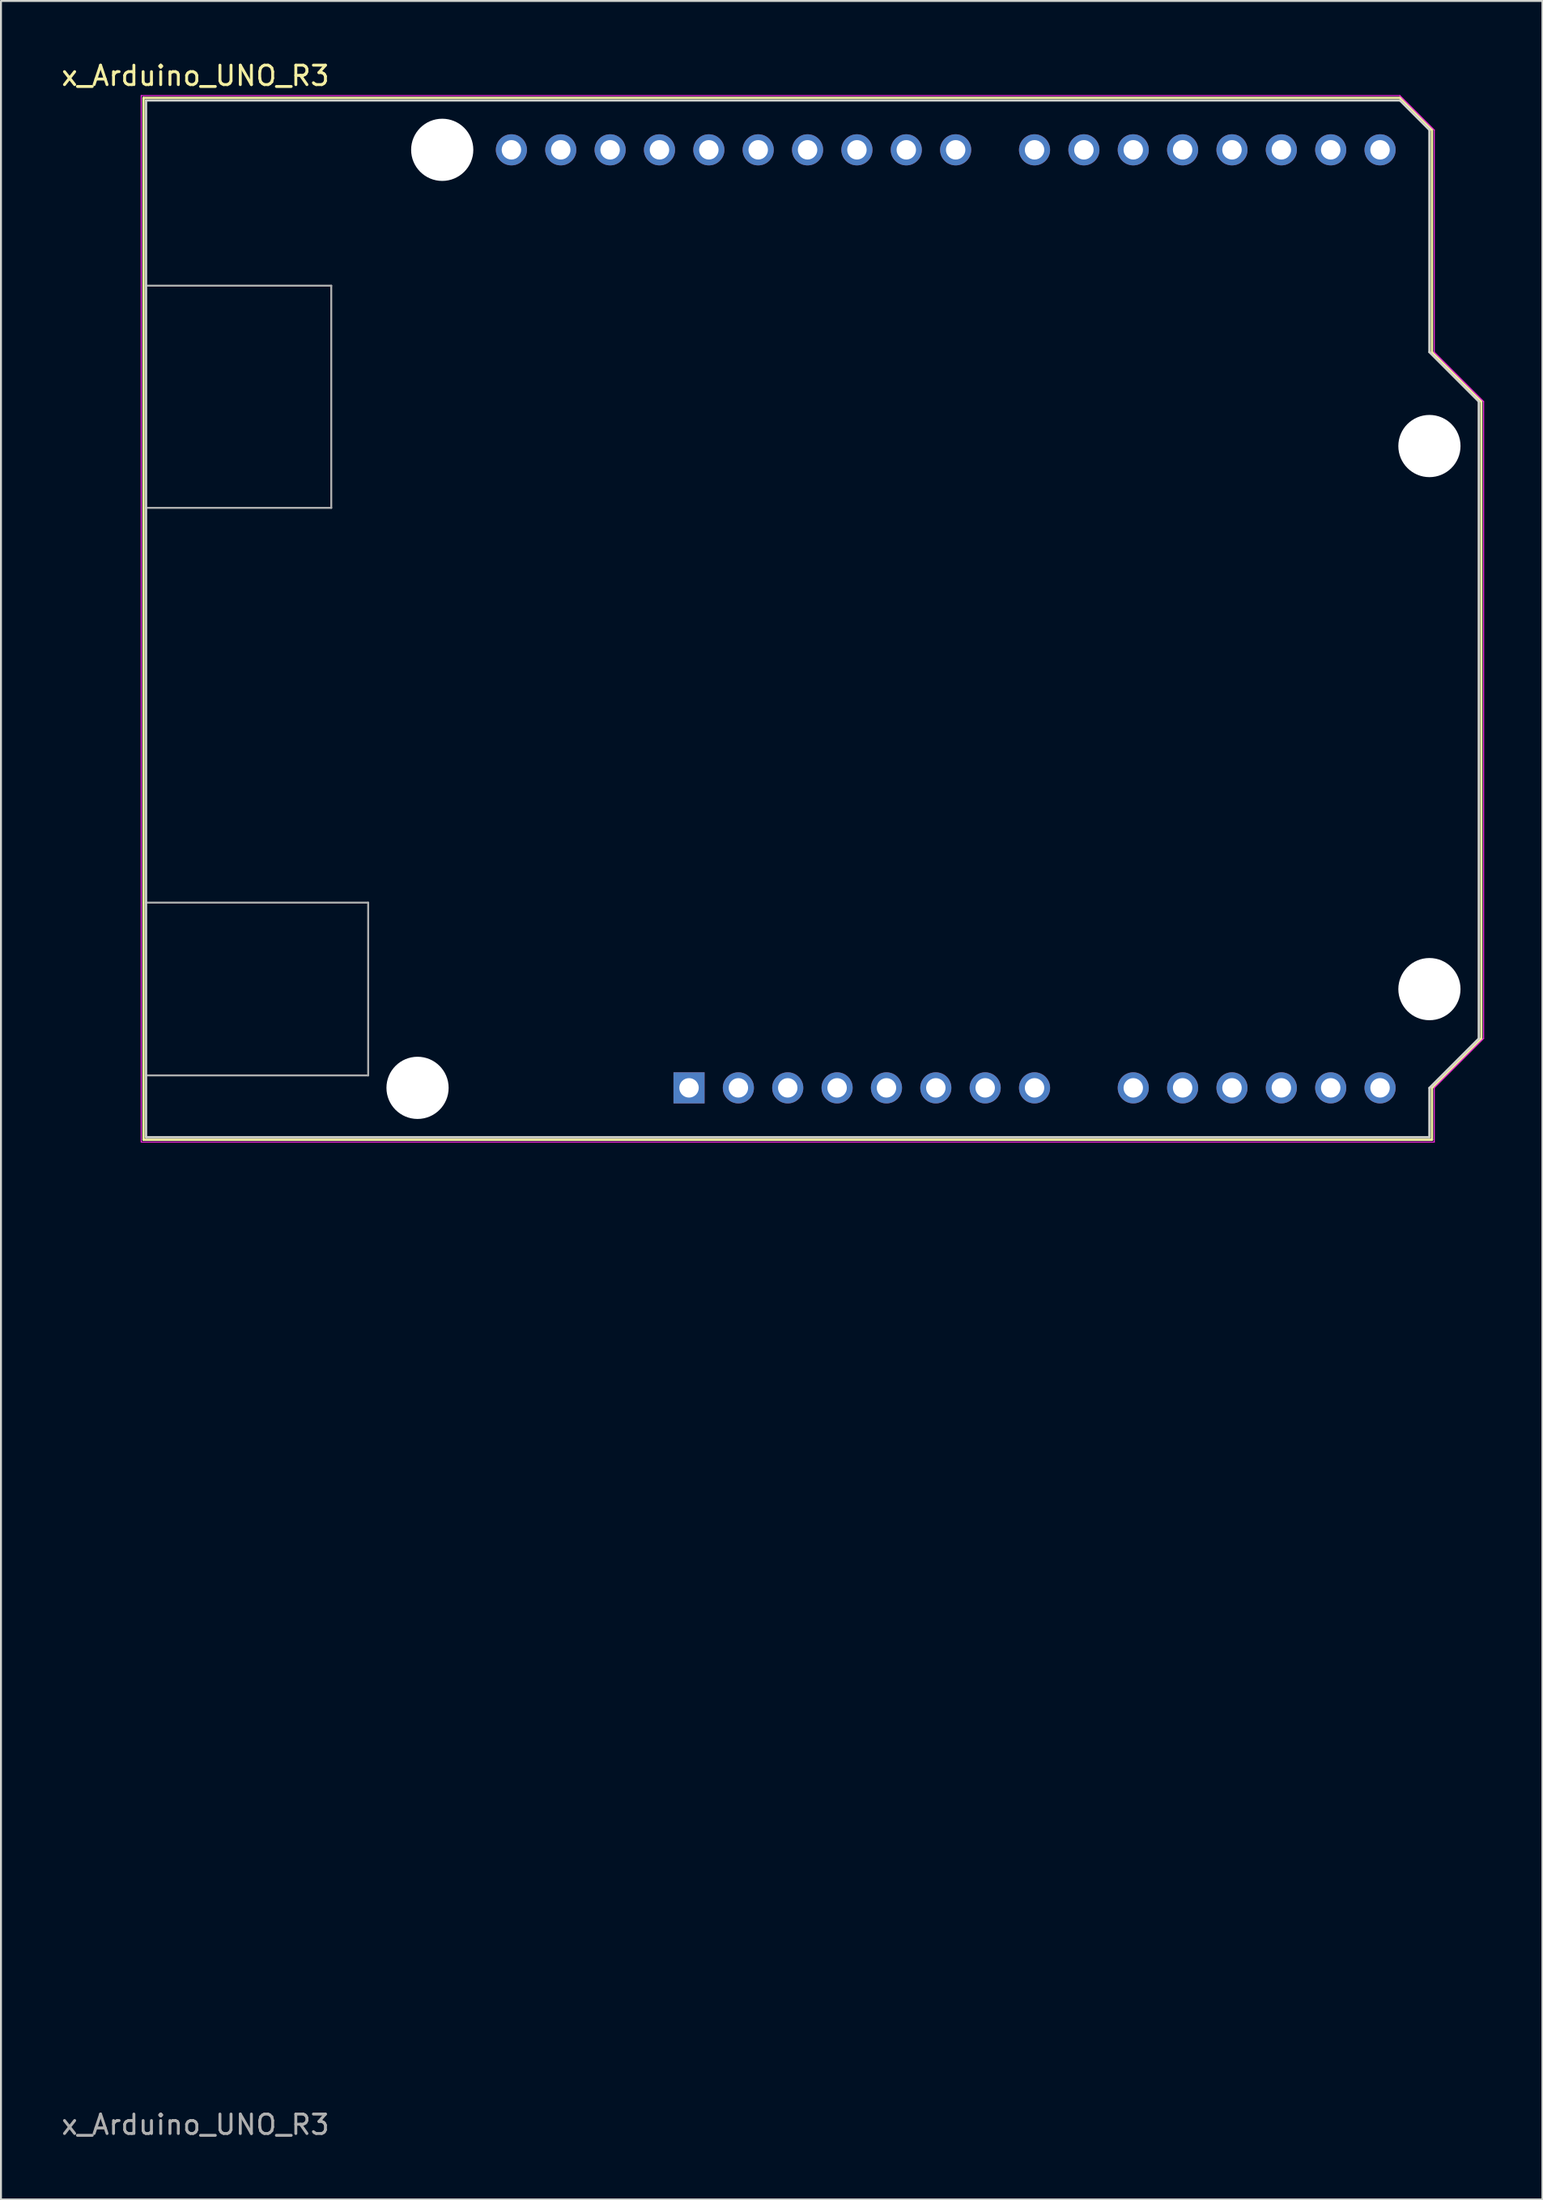
<source format=kicad_pcb>
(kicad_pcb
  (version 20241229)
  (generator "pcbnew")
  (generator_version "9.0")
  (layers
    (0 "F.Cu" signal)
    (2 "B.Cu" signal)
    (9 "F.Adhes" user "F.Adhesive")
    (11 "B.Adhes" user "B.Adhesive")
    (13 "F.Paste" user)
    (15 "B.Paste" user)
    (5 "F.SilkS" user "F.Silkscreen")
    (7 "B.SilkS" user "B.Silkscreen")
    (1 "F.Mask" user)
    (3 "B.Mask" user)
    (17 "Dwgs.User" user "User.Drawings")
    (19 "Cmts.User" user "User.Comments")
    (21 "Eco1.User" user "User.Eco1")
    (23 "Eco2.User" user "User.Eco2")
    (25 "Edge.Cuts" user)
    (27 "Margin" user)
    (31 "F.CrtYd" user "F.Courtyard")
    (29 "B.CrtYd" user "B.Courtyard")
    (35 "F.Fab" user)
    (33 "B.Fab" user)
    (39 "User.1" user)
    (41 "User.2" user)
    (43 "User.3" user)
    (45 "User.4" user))
  (footprint "x_Arduino_UNO_R3"
    (layer "F.Cu")
    (at 32.406 52.918)
    (property "Reference" "x_Arduino_UNO_R3" (at -25.4 -52.07 180) (layer "F.SilkS") (effects (font (size 1 1) (thickness 0.15))))
    (attr through_hole)
    (fp_line (start -28.07 -50.93) (end -28.07 2.67) (stroke (width 0.12) (type solid)) (layer "F.SilkS"))
    (fp_line (start -28.07 -50.93) (end 36.58 -50.93) (stroke (width 0.12) (type solid)) (layer "F.SilkS"))
    (fp_line (start 36.58 -50.93) (end 38.23 -49.28) (stroke (width 0.12) (type solid)) (layer "F.SilkS"))
    (fp_line (start 38.23 -49.28) (end 38.23 -37.85) (stroke (width 0.12) (type solid)) (layer "F.SilkS"))
    (fp_line (start 38.23 -37.85) (end 40.77 -35.31) (stroke (width 0.12) (type solid)) (layer "F.SilkS"))
    (fp_line (start 38.23 0) (end 38.23 2.67) (stroke (width 0.12) (type solid)) (layer "F.SilkS"))
    (fp_line (start 38.23 2.67) (end -28.07 2.67) (stroke (width 0.12) (type solid)) (layer "F.SilkS"))
    (fp_line (start 40.77 -35.31) (end 40.77 -2.54) (stroke (width 0.12) (type solid)) (layer "F.SilkS"))
    (fp_line (start 40.77 -2.54) (end 38.23 0) (stroke (width 0.12) (type solid)) (layer "F.SilkS"))
    (fp_line (start -27.94 -50.8) (end -27.94 2.54) (stroke (width 0.1) (type solid)) (layer "Edge.Cuts"))
    (fp_line (start -27.94 2.54) (end 38.1 2.54) (stroke (width 0.1) (type solid)) (layer "Edge.Cuts"))
    (fp_line (start 36.58 -50.8) (end -27.94 -50.8) (stroke (width 0.1) (type solid)) (layer "Edge.Cuts"))
    (fp_line (start 38.1 -49.28) (end 36.58 -50.8) (stroke (width 0.1) (type solid)) (layer "Edge.Cuts"))
    (fp_line (start 38.1 -37.85) (end 38.1 -49.28) (stroke (width 0.1) (type solid)) (layer "Edge.Cuts"))
    (fp_line (start 38.1 0) (end 40.64 -2.54) (stroke (width 0.1) (type solid)) (layer "Edge.Cuts"))
    (fp_line (start 38.1 2.54) (end 38.1 0) (stroke (width 0.1) (type solid)) (layer "Edge.Cuts"))
    (fp_line (start 40.64 -35.31) (end 38.1 -37.85) (stroke (width 0.1) (type solid)) (layer "Edge.Cuts"))
    (fp_line (start 40.64 -2.54) (end 40.64 -35.31) (stroke (width 0.1) (type solid)) (layer "Edge.Cuts"))
    (fp_line (start -28.19 2.79) (end -28.19 -51.05) (stroke (width 0.05) (type solid)) (layer "F.CrtYd"))
    (fp_line (start -28.19 2.79) (end 38.35 2.79) (stroke (width 0.05) (type solid)) (layer "F.CrtYd"))
    (fp_line (start 36.58 -51.05) (end -28.19 -51.05) (stroke (width 0.05) (type solid)) (layer "F.CrtYd"))
    (fp_line (start 38.35 -49.28) (end 36.58 -51.05) (stroke (width 0.05) (type solid)) (layer "F.CrtYd"))
    (fp_line (start 38.35 -37.85) (end 38.35 -49.28) (stroke (width 0.05) (type solid)) (layer "F.CrtYd"))
    (fp_line (start 38.35 0) (end 40.89 -2.54) (stroke (width 0.05) (type solid)) (layer "F.CrtYd"))
    (fp_line (start 38.35 2.79) (end 38.35 0) (stroke (width 0.05) (type solid)) (layer "F.CrtYd"))
    (fp_line (start 40.89 -35.31) (end 38.35 -37.85) (stroke (width 0.05) (type solid)) (layer "F.CrtYd"))
    (fp_line (start 40.89 -2.54) (end 40.89 -35.31) (stroke (width 0.05) (type solid)) (layer "F.CrtYd"))
    (fp_line (start -27.94 -50.8) (end -27.94 2.54) (stroke (width 0.1) (type solid)) (layer "F.Fab"))
    (fp_line (start -27.94 -29.84) (end -18.41 -29.84) (stroke (width 0.1) (type solid)) (layer "F.Fab"))
    (fp_line (start -27.94 -0.64) (end -16.51 -0.64) (stroke (width 0.1) (type solid)) (layer "F.Fab"))
    (fp_line (start -27.94 2.54) (end 38.1 2.54) (stroke (width 0.1) (type solid)) (layer "F.Fab"))
    (fp_line (start -18.41 -41.27) (end -27.94 -41.27) (stroke (width 0.1) (type solid)) (layer "F.Fab"))
    (fp_line (start -18.41 -29.84) (end -18.41 -41.27) (stroke (width 0.1) (type solid)) (layer "F.Fab"))
    (fp_line (start -16.51 -9.53) (end -27.94 -9.53) (stroke (width 0.1) (type solid)) (layer "F.Fab"))
    (fp_line (start -16.51 -0.64) (end -16.51 -9.53) (stroke (width 0.1) (type solid)) (layer "F.Fab"))
    (fp_line (start 36.58 -50.8) (end -27.94 -50.8) (stroke (width 0.1) (type solid)) (layer "F.Fab"))
    (fp_line (start 38.1 -49.28) (end 36.58 -50.8) (stroke (width 0.1) (type solid)) (layer "F.Fab"))
    (fp_line (start 38.1 -37.85) (end 38.1 -49.28) (stroke (width 0.1) (type solid)) (layer "F.Fab"))
    (fp_line (start 38.1 0) (end 40.64 -2.54) (stroke (width 0.1) (type solid)) (layer "F.Fab"))
    (fp_line (start 38.1 2.54) (end 38.1 0) (stroke (width 0.1) (type solid)) (layer "F.Fab"))
    (fp_line (start 40.64 -35.31) (end 38.1 -37.85) (stroke (width 0.1) (type solid)) (layer "F.Fab"))
    (fp_line (start 40.64 -2.54) (end 40.64 -35.31) (stroke (width 0.1) (type solid)) (layer "F.Fab"))
    (fp_text user "${REFERENCE}" (at -25.4 53.34 180) (layer "F.Fab") (effects (font (size 1 1) (thickness 0.15))))
    (pad "" np_thru_hole circle (at -13.97 0 90) (size 3.2 3.2) (drill 3.2) (layers "*.Cu" "*.Mask"))
    (pad "" np_thru_hole circle (at -12.7 -48.26 90) (size 3.2 3.2) (drill 3.2) (layers "*.Cu" "*.Mask"))
    (pad "" np_thru_hole circle (at 38.1 -33.02 90) (size 3.2 3.2) (drill 3.2) (layers "*.Cu" "*.Mask"))
    (pad "" np_thru_hole circle (at 38.1 -5.08 90) (size 3.2 3.2) (drill 3.2) (layers "*.Cu" "*.Mask"))
    (pad "1" thru_hole rect (at 0 0 90) (size 1.6 1.6) (drill 1) (layers "*.Cu" "*.Mask"))
    (pad "2" thru_hole oval (at 2.54 0 90) (size 1.6 1.6) (drill 1) (layers "*.Cu" "*.Mask"))
    (pad "3" thru_hole oval (at 5.08 0 90) (size 1.6 1.6) (drill 1) (layers "*.Cu" "*.Mask"))
    (pad "4" thru_hole oval (at 7.62 0 90) (size 1.6 1.6) (drill 1) (layers "*.Cu" "*.Mask"))
    (pad "5" thru_hole oval (at 10.16 0 90) (size 1.6 1.6) (drill 1) (layers "*.Cu" "*.Mask"))
    (pad "6" thru_hole oval (at 12.7 0 90) (size 1.6 1.6) (drill 1) (layers "*.Cu" "*.Mask"))
    (pad "7" thru_hole oval (at 15.24 0 90) (size 1.6 1.6) (drill 1) (layers "*.Cu" "*.Mask"))
    (pad "8" thru_hole oval (at 17.78 0 90) (size 1.6 1.6) (drill 1) (layers "*.Cu" "*.Mask"))
    (pad "9" thru_hole oval (at 22.86 0 90) (size 1.6 1.6) (drill 1) (layers "*.Cu" "*.Mask"))
    (pad "10" thru_hole oval (at 25.4 0 90) (size 1.6 1.6) (drill 1) (layers "*.Cu" "*.Mask"))
    (pad "11" thru_hole oval (at 27.94 0 90) (size 1.6 1.6) (drill 1) (layers "*.Cu" "*.Mask"))
    (pad "12" thru_hole oval (at 30.48 0 90) (size 1.6 1.6) (drill 1) (layers "*.Cu" "*.Mask"))
    (pad "13" thru_hole oval (at 33.02 0 90) (size 1.6 1.6) (drill 1) (layers "*.Cu" "*.Mask"))
    (pad "14" thru_hole oval (at 35.56 0 90) (size 1.6 1.6) (drill 1) (layers "*.Cu" "*.Mask"))
    (pad "15" thru_hole oval (at 35.56 -48.26 90) (size 1.6 1.6) (drill 1) (layers "*.Cu" "*.Mask"))
    (pad "16" thru_hole oval (at 33.02 -48.26 90) (size 1.6 1.6) (drill 1) (layers "*.Cu" "*.Mask"))
    (pad "17" thru_hole oval (at 30.48 -48.26 90) (size 1.6 1.6) (drill 1) (layers "*.Cu" "*.Mask"))
    (pad "18" thru_hole oval (at 27.94 -48.26 90) (size 1.6 1.6) (drill 1) (layers "*.Cu" "*.Mask"))
    (pad "19" thru_hole oval (at 25.4 -48.26 90) (size 1.6 1.6) (drill 1) (layers "*.Cu" "*.Mask"))
    (pad "20" thru_hole oval (at 22.86 -48.26 90) (size 1.6 1.6) (drill 1) (layers "*.Cu" "*.Mask"))
    (pad "21" thru_hole oval (at 20.32 -48.26 90) (size 1.6 1.6) (drill 1) (layers "*.Cu" "*.Mask"))
    (pad "22" thru_hole oval (at 17.78 -48.26 90) (size 1.6 1.6) (drill 1) (layers "*.Cu" "*.Mask"))
    (pad "23" thru_hole oval (at 13.72 -48.26 90) (size 1.6 1.6) (drill 1) (layers "*.Cu" "*.Mask"))
    (pad "24" thru_hole oval (at 11.18 -48.26 90) (size 1.6 1.6) (drill 1) (layers "*.Cu" "*.Mask"))
    (pad "25" thru_hole oval (at 8.64 -48.26 90) (size 1.6 1.6) (drill 1) (layers "*.Cu" "*.Mask"))
    (pad "26" thru_hole oval (at 6.1 -48.26 90) (size 1.6 1.6) (drill 1) (layers "*.Cu" "*.Mask"))
    (pad "27" thru_hole oval (at 3.56 -48.26 90) (size 1.6 1.6) (drill 1) (layers "*.Cu" "*.Mask"))
    (pad "28" thru_hole oval (at 1.02 -48.26 90) (size 1.6 1.6) (drill 1) (layers "*.Cu" "*.Mask"))
    (pad "29" thru_hole oval (at -1.52 -48.26 90) (size 1.6 1.6) (drill 1) (layers "*.Cu" "*.Mask"))
    (pad "30" thru_hole oval (at -4.06 -48.26 90) (size 1.6 1.6) (drill 1) (layers "*.Cu" "*.Mask"))
    (pad "31" thru_hole oval (at -6.6 -48.26 90) (size 1.6 1.6) (drill 1) (layers "*.Cu" "*.Mask"))
    (pad "32" thru_hole oval (at -9.14 -48.26 90) (size 1.6 1.6) (drill 1) (layers "*.Cu" "*.Mask")))
  (gr_rect
    (start -3 -3)
    (end 76.321 110.106)
    (stroke (width 0.1) (type default))
    (fill no)
    (layer "Edge.Cuts")))
</source>
